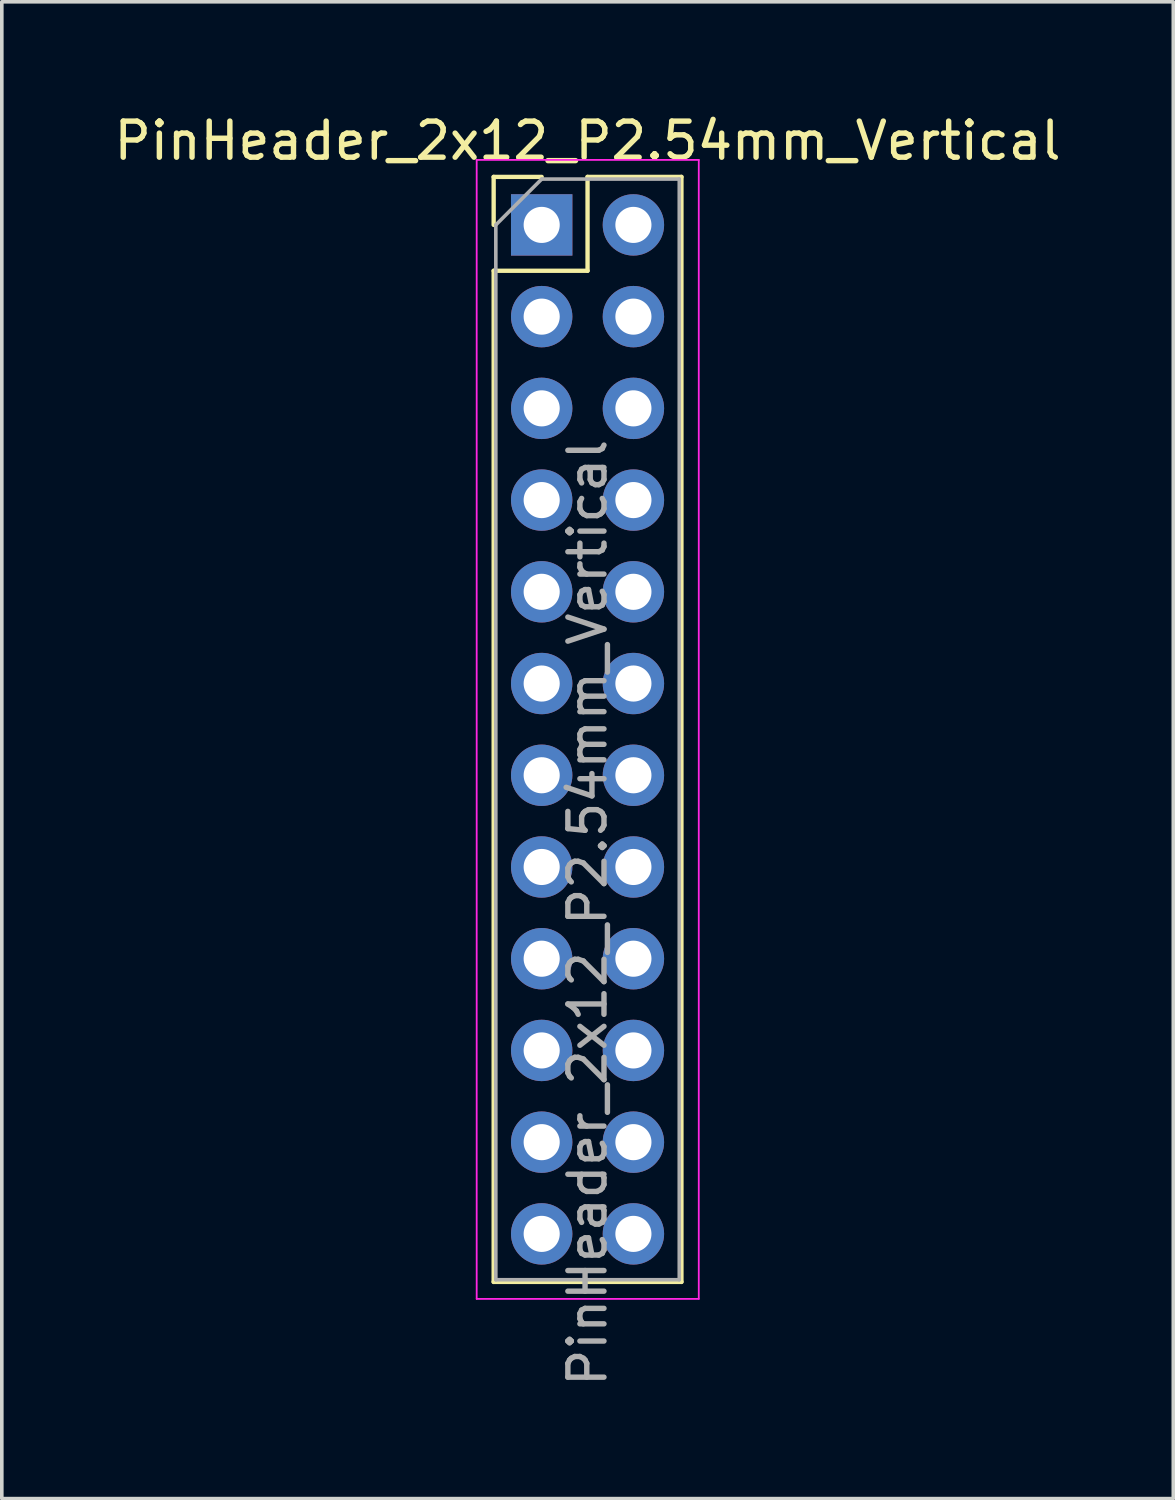
<source format=kicad_pcb>
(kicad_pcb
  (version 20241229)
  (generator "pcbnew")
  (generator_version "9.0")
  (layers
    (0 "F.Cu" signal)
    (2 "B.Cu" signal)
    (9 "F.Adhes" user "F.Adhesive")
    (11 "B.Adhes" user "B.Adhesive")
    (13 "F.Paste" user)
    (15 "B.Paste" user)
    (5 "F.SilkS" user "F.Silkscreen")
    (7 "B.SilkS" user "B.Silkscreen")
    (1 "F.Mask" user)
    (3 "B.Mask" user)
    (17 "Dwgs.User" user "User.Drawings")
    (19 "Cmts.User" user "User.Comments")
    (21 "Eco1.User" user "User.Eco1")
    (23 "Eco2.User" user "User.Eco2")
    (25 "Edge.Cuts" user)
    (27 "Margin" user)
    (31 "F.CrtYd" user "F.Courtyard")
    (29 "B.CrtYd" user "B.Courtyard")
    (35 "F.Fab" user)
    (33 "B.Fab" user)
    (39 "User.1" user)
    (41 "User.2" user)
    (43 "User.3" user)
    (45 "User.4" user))
  (footprint "PinHeader_2x12_P2.54mm_Vertical"
    (layer "F.Cu")
    (at 11.95 3.178)
    (property "Reference" "PinHeader_2x12_P2.54mm_Vertical" (at 1.27 -2.33 0) (layer "F.SilkS") (effects (font (size 1 1) (thickness 0.15))))
    (attr through_hole)
    (fp_line (start -1.33 -1.33) (end 0 -1.33) (stroke (width 0.12) (type solid)) (layer "F.SilkS"))
    (fp_line (start -1.33 0) (end -1.33 -1.33) (stroke (width 0.12) (type solid)) (layer "F.SilkS"))
    (fp_line (start -1.33 1.27) (end -1.33 29.27) (stroke (width 0.12) (type solid)) (layer "F.SilkS"))
    (fp_line (start -1.33 1.27) (end 1.27 1.27) (stroke (width 0.12) (type solid)) (layer "F.SilkS"))
    (fp_line (start -1.33 29.27) (end 3.87 29.27) (stroke (width 0.12) (type solid)) (layer "F.SilkS"))
    (fp_line (start 1.27 -1.33) (end 3.87 -1.33) (stroke (width 0.12) (type solid)) (layer "F.SilkS"))
    (fp_line (start 1.27 1.27) (end 1.27 -1.33) (stroke (width 0.12) (type solid)) (layer "F.SilkS"))
    (fp_line (start 3.87 -1.33) (end 3.87 29.27) (stroke (width 0.12) (type solid)) (layer "F.SilkS"))
    (fp_line (start -1.8 -1.8) (end -1.8 29.74) (stroke (width 0.05) (type solid)) (layer "F.CrtYd"))
    (fp_line (start -1.8 29.74) (end 4.35 29.74) (stroke (width 0.05) (type solid)) (layer "F.CrtYd"))
    (fp_line (start 4.35 -1.8) (end -1.8 -1.8) (stroke (width 0.05) (type solid)) (layer "F.CrtYd"))
    (fp_line (start 4.35 29.74) (end 4.35 -1.8) (stroke (width 0.05) (type solid)) (layer "F.CrtYd"))
    (fp_line (start -1.27 0) (end 0 -1.27) (stroke (width 0.1) (type solid)) (layer "F.Fab"))
    (fp_line (start -1.27 29.21) (end -1.27 0) (stroke (width 0.1) (type solid)) (layer "F.Fab"))
    (fp_line (start 0 -1.27) (end 3.81 -1.27) (stroke (width 0.1) (type solid)) (layer "F.Fab"))
    (fp_line (start 3.81 -1.27) (end 3.81 29.21) (stroke (width 0.1) (type solid)) (layer "F.Fab"))
    (fp_line (start 3.81 29.21) (end -1.27 29.21) (stroke (width 0.1) (type solid)) (layer "F.Fab"))
    (fp_text user "${REFERENCE}" (at 1.27 19.05 90) (layer "F.Fab") (effects (font (size 1 1) (thickness 0.15))))
    (pad "1" thru_hole rect (at 0 0) (size 1.7 1.7) (drill 1) (layers "*.Cu" "*.Mask"))
    (pad "2" thru_hole oval (at 2.54 0) (size 1.7 1.7) (drill 1) (layers "*.Cu" "*.Mask"))
    (pad "3" thru_hole oval (at 0 2.54) (size 1.7 1.7) (drill 1) (layers "*.Cu" "*.Mask"))
    (pad "4" thru_hole oval (at 2.54 2.54) (size 1.7 1.7) (drill 1) (layers "*.Cu" "*.Mask"))
    (pad "5" thru_hole oval (at 0 5.08) (size 1.7 1.7) (drill 1) (layers "*.Cu" "*.Mask"))
    (pad "6" thru_hole oval (at 2.54 5.08) (size 1.7 1.7) (drill 1) (layers "*.Cu" "*.Mask"))
    (pad "7" thru_hole oval (at 0 7.62) (size 1.7 1.7) (drill 1) (layers "*.Cu" "*.Mask"))
    (pad "8" thru_hole oval (at 2.54 7.62) (size 1.7 1.7) (drill 1) (layers "*.Cu" "*.Mask"))
    (pad "9" thru_hole oval (at 0 10.16) (size 1.7 1.7) (drill 1) (layers "*.Cu" "*.Mask"))
    (pad "10" thru_hole oval (at 2.54 10.16) (size 1.7 1.7) (drill 1) (layers "*.Cu" "*.Mask"))
    (pad "11" thru_hole oval (at 0 12.7) (size 1.7 1.7) (drill 1) (layers "*.Cu" "*.Mask"))
    (pad "12" thru_hole oval (at 2.54 12.7) (size 1.7 1.7) (drill 1) (layers "*.Cu" "*.Mask"))
    (pad "13" thru_hole oval (at 0 15.24) (size 1.7 1.7) (drill 1) (layers "*.Cu" "*.Mask"))
    (pad "14" thru_hole oval (at 2.54 15.24) (size 1.7 1.7) (drill 1) (layers "*.Cu" "*.Mask"))
    (pad "15" thru_hole oval (at 0 17.78) (size 1.7 1.7) (drill 1) (layers "*.Cu" "*.Mask"))
    (pad "16" thru_hole oval (at 2.54 17.78) (size 1.7 1.7) (drill 1) (layers "*.Cu" "*.Mask"))
    (pad "17" thru_hole oval (at 0 20.32) (size 1.7 1.7) (drill 1) (layers "*.Cu" "*.Mask"))
    (pad "18" thru_hole oval (at 2.54 20.32) (size 1.7 1.7) (drill 1) (layers "*.Cu" "*.Mask"))
    (pad "19" thru_hole oval (at 0 22.86) (size 1.7 1.7) (drill 1) (layers "*.Cu" "*.Mask"))
    (pad "20" thru_hole oval (at 2.54 22.86) (size 1.7 1.7) (drill 1) (layers "*.Cu" "*.Mask"))
    (pad "21" thru_hole oval (at 0 25.4) (size 1.7 1.7) (drill 1) (layers "*.Cu" "*.Mask"))
    (pad "22" thru_hole oval (at 2.54 25.4) (size 1.7 1.7) (drill 1) (layers "*.Cu" "*.Mask"))
    (pad "23" thru_hole oval (at 0 27.94) (size 1.7 1.7) (drill 1) (layers "*.Cu" "*.Mask"))
    (pad "24" thru_hole oval (at 2.54 27.94) (size 1.7 1.7) (drill 1) (layers "*.Cu" "*.Mask")))
  (gr_rect
    (start -3 -3)
    (end 29.44 38.448)
    (stroke (width 0.1) (type default))
    (fill no)
    (layer "Edge.Cuts")))
</source>
